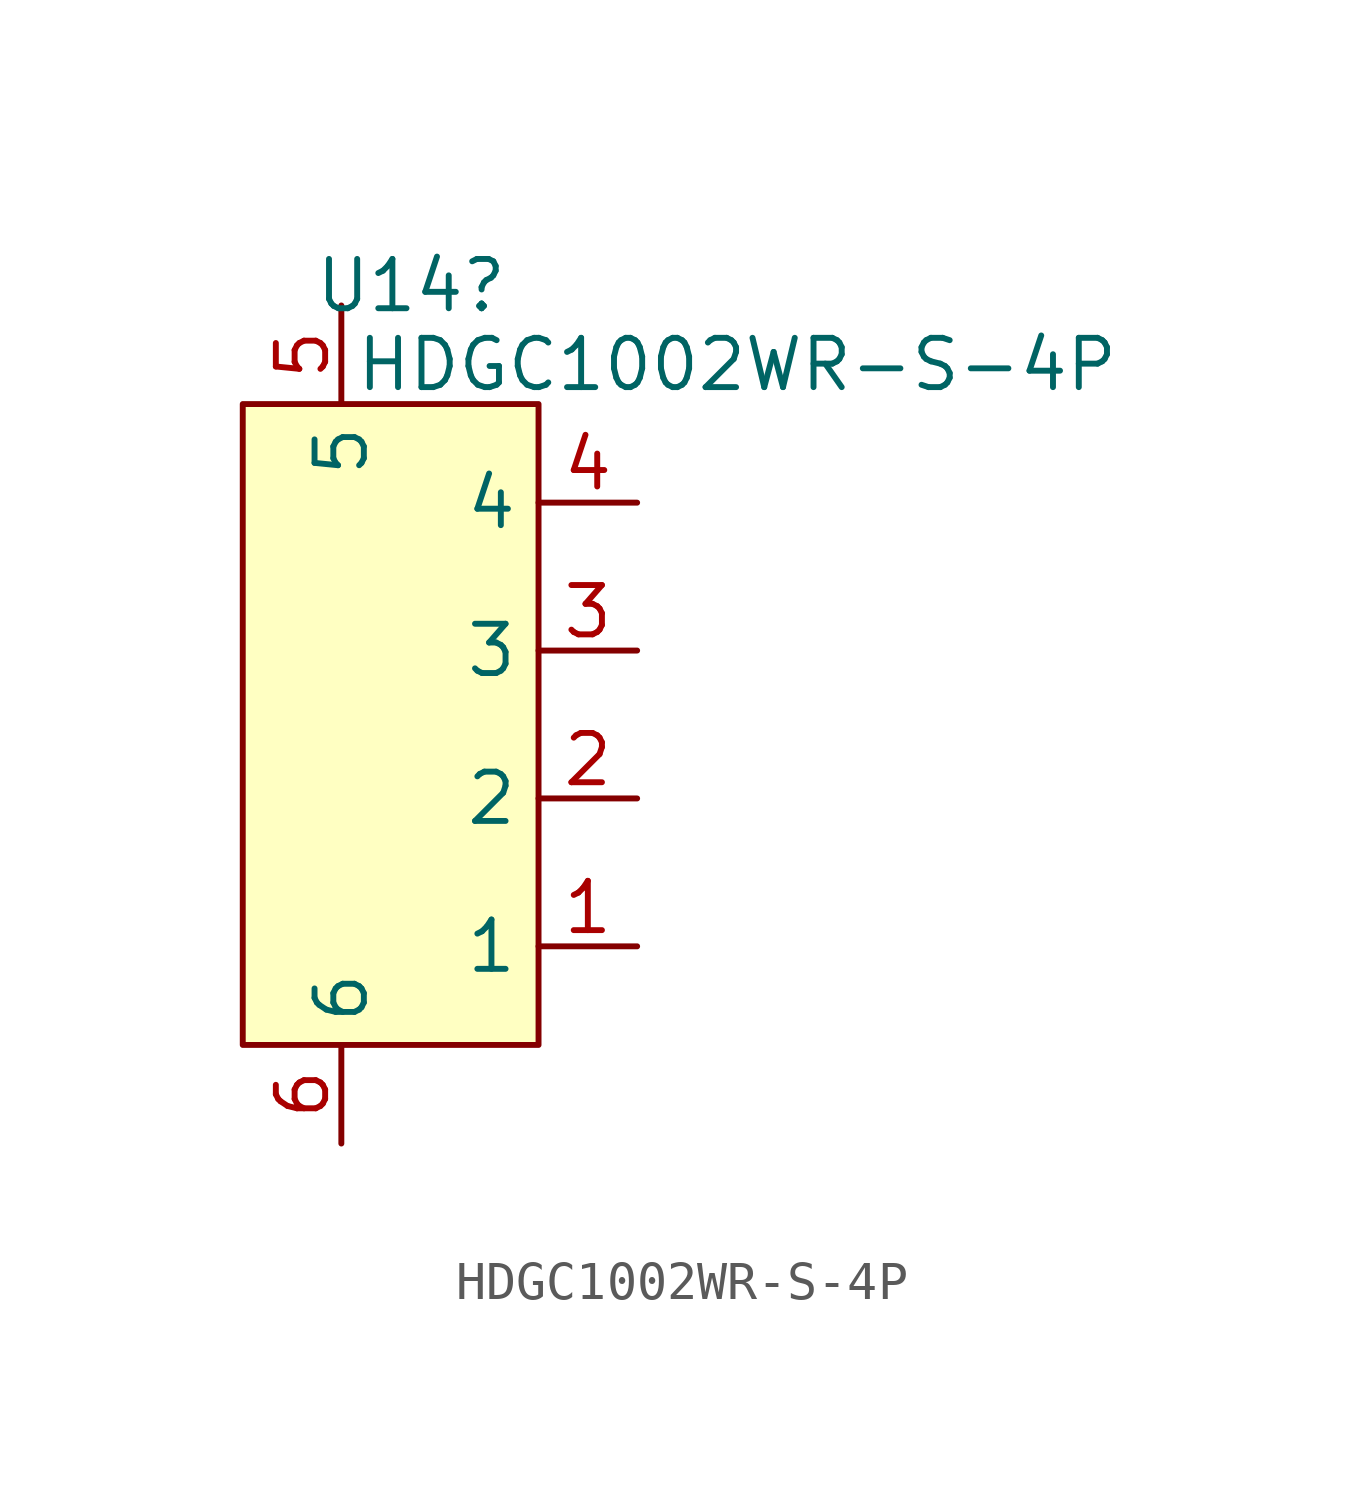
<source format=kicad_sym>
(kicad_symbol_lib
  (version 20241209)
  (generator "kicad_symbol_editor")
  (generator_version "9.0")
  (symbol "HDGC1002WR-S-4P"
    (property "Reference" "U14"
      (at 3.048 10.668 0)
      (effects (font (size 1.27 1.27)) (justify right)))
    (property "Value" "HDGC1002WR-S-4P"
      (at 18.796 8.636 0)
      (effects (font (size 1.27 1.27)) (justify right)))
    (symbol "HDGC1002WR-S-4P_0_1"
      (rectangle (start -3.81 7.62) (end 3.81 -8.89) (stroke (width 0) (type default)) (fill (type color) (color 255 255 194 1))))
    (symbol "HDGC1002WR-S-4P_1_1"
      (pin passive line (at -1.27 10.16 270) (length 2.54) (name "5" (effects (font (size 1.27 1.27)))) (number "5" (effects (font (size 1.27 1.27)))))
      (pin passive line (at -1.27 -11.43 90) (length 2.54) (name "6" (effects (font (size 1.27 1.27)))) (number "6" (effects (font (size 1.27 1.27)))))
      (pin passive line (at 6.35 5.08 180) (length 2.54) (name "4" (effects (font (size 1.27 1.27)))) (number "4" (effects (font (size 1.27 1.27)))))
      (pin passive line (at 6.35 1.27 180) (length 2.54) (name "3" (effects (font (size 1.27 1.27)))) (number "3" (effects (font (size 1.27 1.27)))))
      (pin passive line (at 6.35 -2.54 180) (length 2.54) (name "2" (effects (font (size 1.27 1.27)))) (number "2" (effects (font (size 1.27 1.27)))))
      (pin passive line (at 6.35 -6.35 180) (length 2.54) (name "1" (effects (font (size 1.27 1.27)))) (number "1" (effects (font (size 1.27 1.27))))))))
</source>
